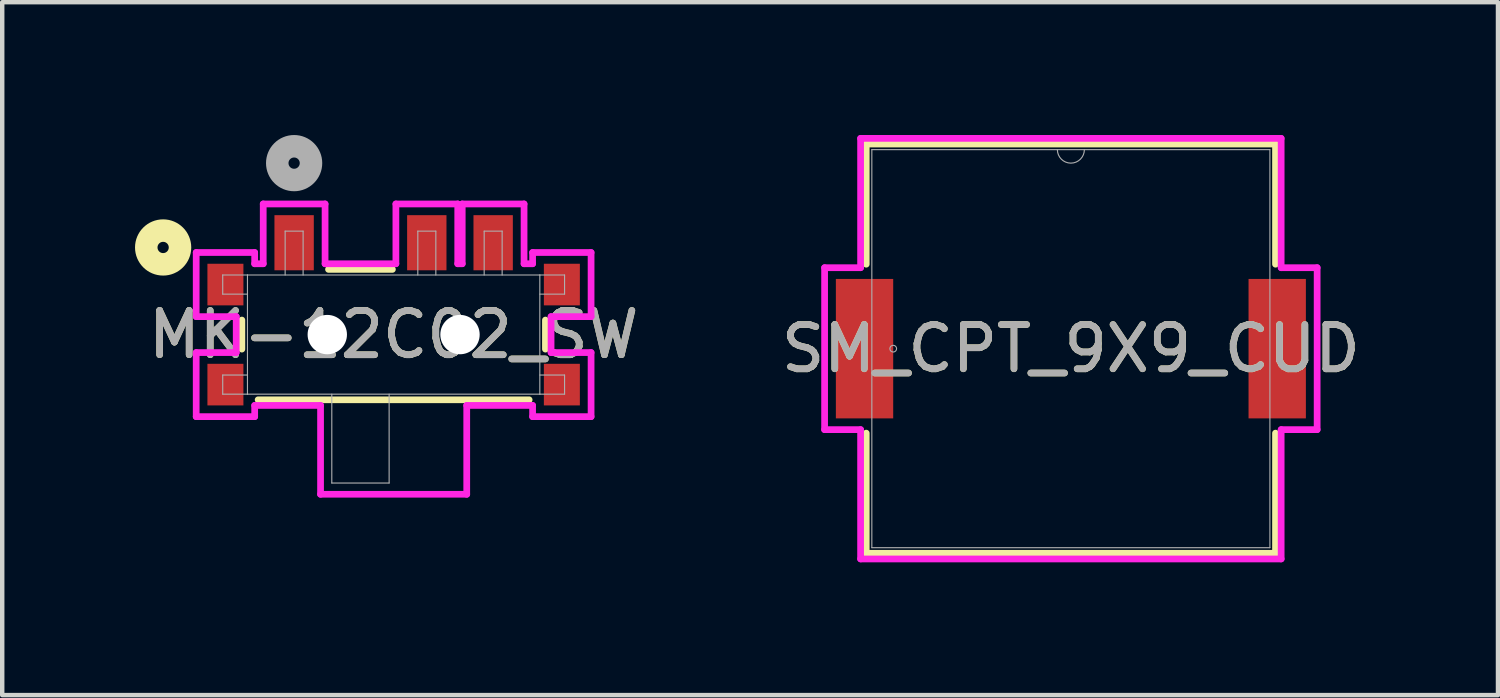
<source format=kicad_pcb>
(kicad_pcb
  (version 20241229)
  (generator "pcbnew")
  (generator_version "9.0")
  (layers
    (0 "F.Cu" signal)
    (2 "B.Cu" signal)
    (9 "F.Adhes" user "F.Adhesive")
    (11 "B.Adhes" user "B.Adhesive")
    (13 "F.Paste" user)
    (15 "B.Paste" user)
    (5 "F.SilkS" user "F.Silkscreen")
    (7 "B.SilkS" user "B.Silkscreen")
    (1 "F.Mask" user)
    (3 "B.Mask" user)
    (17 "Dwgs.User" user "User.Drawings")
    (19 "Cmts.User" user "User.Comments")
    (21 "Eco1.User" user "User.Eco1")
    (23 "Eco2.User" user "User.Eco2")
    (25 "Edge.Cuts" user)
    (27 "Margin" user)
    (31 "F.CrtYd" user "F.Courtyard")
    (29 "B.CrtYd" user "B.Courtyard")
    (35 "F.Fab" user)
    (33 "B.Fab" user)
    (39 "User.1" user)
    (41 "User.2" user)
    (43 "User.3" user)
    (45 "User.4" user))
  (footprint "SM_CPT_9X9_CUD"
    (layer "F.Cu")
    (at 21.14 4.826)
    (property "Reference" "SM_CPT_9X9_CUD" (at 0 0 0) (unlocked yes) (layer "F.SilkS") (effects (font (size 1 1) (thickness 0.15))))
    (attr smd)
    (fp_line (start -4.623 -4.623) (end -4.623 -1.908) (stroke (width 0.152) (type solid)) (layer "F.SilkS"))
    (fp_line (start -4.623 1.908) (end -4.623 4.623) (stroke (width 0.152) (type solid)) (layer "F.SilkS"))
    (fp_line (start -4.623 4.623) (end 4.623 4.623) (stroke (width 0.152) (type solid)) (layer "F.SilkS"))
    (fp_line (start 4.623 -4.623) (end -4.623 -4.623) (stroke (width 0.152) (type solid)) (layer "F.SilkS"))
    (fp_line (start 4.623 -1.908) (end 4.623 -4.623) (stroke (width 0.152) (type solid)) (layer "F.SilkS"))
    (fp_line (start 4.623 4.623) (end 4.623 1.908) (stroke (width 0.152) (type solid)) (layer "F.SilkS"))
    (fp_line (start -5.563 -1.829) (end -4.75 -1.829) (stroke (width 0.152) (type solid)) (layer "F.CrtYd"))
    (fp_line (start -5.563 1.829) (end -5.563 -1.829) (stroke (width 0.152) (type solid)) (layer "F.CrtYd"))
    (fp_line (start -5.563 1.829) (end -4.75 1.829) (stroke (width 0.152) (type solid)) (layer "F.CrtYd"))
    (fp_line (start -4.75 -4.75) (end 4.75 -4.75) (stroke (width 0.152) (type solid)) (layer "F.CrtYd"))
    (fp_line (start -4.75 -1.829) (end -4.75 -4.75) (stroke (width 0.152) (type solid)) (layer "F.CrtYd"))
    (fp_line (start -4.75 4.75) (end -4.75 1.829) (stroke (width 0.152) (type solid)) (layer "F.CrtYd"))
    (fp_line (start 4.75 -4.75) (end 4.75 -1.829) (stroke (width 0.152) (type solid)) (layer "F.CrtYd"))
    (fp_line (start 4.75 1.829) (end 4.75 4.75) (stroke (width 0.152) (type solid)) (layer "F.CrtYd"))
    (fp_line (start 4.75 4.75) (end -4.75 4.75) (stroke (width 0.152) (type solid)) (layer "F.CrtYd"))
    (fp_line (start 5.563 -1.829) (end 4.75 -1.829) (stroke (width 0.152) (type solid)) (layer "F.CrtYd"))
    (fp_line (start 5.563 -1.829) (end 5.563 1.829) (stroke (width 0.152) (type solid)) (layer "F.CrtYd"))
    (fp_line (start 5.563 1.829) (end 4.75 1.829) (stroke (width 0.152) (type solid)) (layer "F.CrtYd"))
    (fp_line (start -4.496 -4.496) (end -4.496 4.496) (stroke (width 0.025) (type solid)) (layer "F.Fab"))
    (fp_line (start -4.496 4.496) (end 4.496 4.496) (stroke (width 0.025) (type solid)) (layer "F.Fab"))
    (fp_line (start 4.496 -4.496) (end -4.496 -4.496) (stroke (width 0.025) (type solid)) (layer "F.Fab"))
    (fp_line (start 4.496 4.496) (end 4.496 -4.496) (stroke (width 0.025) (type solid)) (layer "F.Fab"))
    (fp_arc (start 0.3048 -4.4958) (mid 0 -4.191) (end -0.3048 -4.4958) (stroke (width 0.0254) (type solid)) (layer "F.Fab"))
    (fp_circle (center -4.013 0) (end -3.937 0) (stroke (width 0.025) (type solid)) (fill no) (layer "F.Fab"))
    (fp_text user "${REFERENCE}" (at 0 0 0) (unlocked yes) (layer "F.Fab") (effects (font (size 1 1) (thickness 0.15))))
    (pad "1" smd rect (at -4.661 0) (size 1.295 3.15) (layers "F.Cu" "F.Mask" "F.Paste"))
    (pad "2" smd rect (at 4.661 0) (size 1.295 3.15) (layers "F.Cu" "F.Mask" "F.Paste")))
  (footprint "MK-12C02_SW"
    (layer "F.Cu")
    (at 5.842 4.508)
    (property "Reference" "MK-12C02_SW" (at 0 0 0) (unlocked yes) (layer "F.SilkS") (effects (font (size 1 1) (thickness 0.15))))
    (attr smd)
    (fp_line (start -3.429 -0.328) (end -3.429 0.328) (stroke (width 0.152) (type solid)) (layer "F.SilkS"))
    (fp_line (start -3.061 1.473) (end 3.061 1.473) (stroke (width 0.152) (type solid)) (layer "F.SilkS"))
    (fp_line (start -0.028 -1.473) (end -1.471 -1.473) (stroke (width 0.152) (type solid)) (layer "F.SilkS"))
    (fp_line (start 3.429 0.328) (end 3.429 -0.328) (stroke (width 0.152) (type solid)) (layer "F.SilkS"))
    (fp_circle (center -5.207 -1.968) (end -4.826 -1.968) (stroke (width 0.508) (type solid)) (fill no) (layer "F.SilkS"))
    (fp_line (start -4.46 -1.854) (end -4.46 -0.406) (stroke (width 0.152) (type solid)) (layer "F.CrtYd"))
    (fp_line (start -4.46 -0.406) (end -3.556 -0.406) (stroke (width 0.152) (type solid)) (layer "F.CrtYd"))
    (fp_line (start -4.46 0.406) (end -4.46 1.854) (stroke (width 0.152) (type solid)) (layer "F.CrtYd"))
    (fp_line (start -4.46 1.854) (end -3.139 1.854) (stroke (width 0.152) (type solid)) (layer "F.CrtYd"))
    (fp_line (start -3.556 -0.406) (end -3.556 0.406) (stroke (width 0.152) (type solid)) (layer "F.CrtYd"))
    (fp_line (start -3.556 0.406) (end -4.46 0.406) (stroke (width 0.152) (type solid)) (layer "F.CrtYd"))
    (fp_line (start -3.139 -1.854) (end -4.46 -1.854) (stroke (width 0.152) (type solid)) (layer "F.CrtYd"))
    (fp_line (start -3.139 -1.6) (end -3.139 -1.854) (stroke (width 0.152) (type solid)) (layer "F.CrtYd"))
    (fp_line (start -3.139 1.6) (end -1.651 1.6) (stroke (width 0.152) (type solid)) (layer "F.CrtYd"))
    (fp_line (start -3.139 1.854) (end -3.139 1.6) (stroke (width 0.152) (type solid)) (layer "F.CrtYd"))
    (fp_line (start -2.946 -2.951) (end -2.946 -1.6) (stroke (width 0.152) (type solid)) (layer "F.CrtYd"))
    (fp_line (start -2.946 -1.6) (end -3.139 -1.6) (stroke (width 0.152) (type solid)) (layer "F.CrtYd"))
    (fp_line (start -1.651 1.6) (end -1.651 3.607) (stroke (width 0.152) (type solid)) (layer "F.CrtYd"))
    (fp_line (start -1.651 3.607) (end 1.651 3.607) (stroke (width 0.152) (type solid)) (layer "F.CrtYd"))
    (fp_line (start -1.549 -2.951) (end -2.946 -2.951) (stroke (width 0.152) (type solid)) (layer "F.CrtYd"))
    (fp_line (start -1.549 -1.6) (end -1.549 -2.951) (stroke (width 0.152) (type solid)) (layer "F.CrtYd"))
    (fp_line (start 0.051 -2.951) (end 0.051 -1.6) (stroke (width 0.152) (type solid)) (layer "F.CrtYd"))
    (fp_line (start 0.051 -1.6) (end -1.549 -1.6) (stroke (width 0.152) (type solid)) (layer "F.CrtYd"))
    (fp_line (start 1.448 -2.951) (end 0.051 -2.951) (stroke (width 0.152) (type solid)) (layer "F.CrtYd"))
    (fp_line (start 1.448 -1.6) (end 1.448 -2.951) (stroke (width 0.152) (type solid)) (layer "F.CrtYd"))
    (fp_line (start 1.549 -2.951) (end 1.549 -1.6) (stroke (width 0.152) (type solid)) (layer "F.CrtYd"))
    (fp_line (start 1.549 -1.6) (end 1.448 -1.6) (stroke (width 0.152) (type solid)) (layer "F.CrtYd"))
    (fp_line (start 1.651 1.6) (end 3.139 1.6) (stroke (width 0.152) (type solid)) (layer "F.CrtYd"))
    (fp_line (start 1.651 3.607) (end 1.651 1.6) (stroke (width 0.152) (type solid)) (layer "F.CrtYd"))
    (fp_line (start 2.946 -2.951) (end 1.549 -2.951) (stroke (width 0.152) (type solid)) (layer "F.CrtYd"))
    (fp_line (start 2.946 -1.6) (end 2.946 -2.951) (stroke (width 0.152) (type solid)) (layer "F.CrtYd"))
    (fp_line (start 3.139 -1.854) (end 3.139 -1.6) (stroke (width 0.152) (type solid)) (layer "F.CrtYd"))
    (fp_line (start 3.139 -1.6) (end 2.946 -1.6) (stroke (width 0.152) (type solid)) (layer "F.CrtYd"))
    (fp_line (start 3.139 1.6) (end 3.139 1.854) (stroke (width 0.152) (type solid)) (layer "F.CrtYd"))
    (fp_line (start 3.139 1.854) (end 4.46 1.854) (stroke (width 0.152) (type solid)) (layer "F.CrtYd"))
    (fp_line (start 3.556 -0.406) (end 4.46 -0.406) (stroke (width 0.152) (type solid)) (layer "F.CrtYd"))
    (fp_line (start 3.556 0.406) (end 3.556 -0.406) (stroke (width 0.152) (type solid)) (layer "F.CrtYd"))
    (fp_line (start 4.46 -1.854) (end 3.139 -1.854) (stroke (width 0.152) (type solid)) (layer "F.CrtYd"))
    (fp_line (start 4.46 -0.406) (end 4.46 -1.854) (stroke (width 0.152) (type solid)) (layer "F.CrtYd"))
    (fp_line (start 4.46 0.406) (end 3.556 0.406) (stroke (width 0.152) (type solid)) (layer "F.CrtYd"))
    (fp_line (start 4.46 1.854) (end 4.46 0.406) (stroke (width 0.152) (type solid)) (layer "F.CrtYd"))
    (fp_line (start -3.861 -1.346) (end -3.861 -0.914) (stroke (width 0.025) (type solid)) (layer "F.Fab"))
    (fp_line (start -3.861 0.914) (end -3.302 0.914) (stroke (width 0.025) (type solid)) (layer "F.Fab"))
    (fp_line (start -3.861 1.346) (end -3.861 0.914) (stroke (width 0.025) (type solid)) (layer "F.Fab"))
    (fp_line (start -3.302 -1.346) (end -3.861 -1.346) (stroke (width 0.025) (type solid)) (layer "F.Fab"))
    (fp_line (start -3.302 -1.346) (end -3.302 1.346) (stroke (width 0.025) (type solid)) (layer "F.Fab"))
    (fp_line (start -3.302 -0.914) (end -3.861 -0.914) (stroke (width 0.025) (type solid)) (layer "F.Fab"))
    (fp_line (start -3.302 1.346) (end -3.861 1.346) (stroke (width 0.025) (type solid)) (layer "F.Fab"))
    (fp_line (start -3.302 1.346) (end 3.302 1.346) (stroke (width 0.025) (type solid)) (layer "F.Fab"))
    (fp_line (start -2.451 -2.337) (end -2.045 -2.337) (stroke (width 0.025) (type solid)) (layer "F.Fab"))
    (fp_line (start -2.451 -1.346) (end -2.451 -2.337) (stroke (width 0.025) (type solid)) (layer "F.Fab"))
    (fp_line (start -2.045 -2.337) (end -2.045 -1.346) (stroke (width 0.025) (type solid)) (layer "F.Fab"))
    (fp_line (start -1.397 1.346) (end -1.397 3.353) (stroke (width 0.025) (type solid)) (layer "F.Fab"))
    (fp_line (start -1.397 3.353) (end -0.102 3.353) (stroke (width 0.025) (type solid)) (layer "F.Fab"))
    (fp_line (start -0.102 3.353) (end -0.102 1.346) (stroke (width 0.025) (type solid)) (layer "F.Fab"))
    (fp_line (start 0.546 -2.337) (end 0.953 -2.337) (stroke (width 0.025) (type solid)) (layer "F.Fab"))
    (fp_line (start 0.546 -1.346) (end 0.546 -2.337) (stroke (width 0.025) (type solid)) (layer "F.Fab"))
    (fp_line (start 0.953 -2.337) (end 0.953 -1.346) (stroke (width 0.025) (type solid)) (layer "F.Fab"))
    (fp_line (start 2.045 -2.337) (end 2.451 -2.337) (stroke (width 0.025) (type solid)) (layer "F.Fab"))
    (fp_line (start 2.045 -1.346) (end 2.045 -2.337) (stroke (width 0.025) (type solid)) (layer "F.Fab"))
    (fp_line (start 2.451 -2.337) (end 2.451 -1.346) (stroke (width 0.025) (type solid)) (layer "F.Fab"))
    (fp_line (start 3.302 -1.346) (end -3.302 -1.346) (stroke (width 0.025) (type solid)) (layer "F.Fab"))
    (fp_line (start 3.302 -0.914) (end 3.861 -0.914) (stroke (width 0.025) (type solid)) (layer "F.Fab"))
    (fp_line (start 3.302 1.346) (end 3.302 -1.346) (stroke (width 0.025) (type solid)) (layer "F.Fab"))
    (fp_line (start 3.302 1.346) (end 3.861 1.346) (stroke (width 0.025) (type solid)) (layer "F.Fab"))
    (fp_line (start 3.861 -1.346) (end 3.302 -1.346) (stroke (width 0.025) (type solid)) (layer "F.Fab"))
    (fp_line (start 3.861 -0.914) (end 3.861 -1.346) (stroke (width 0.025) (type solid)) (layer "F.Fab"))
    (fp_line (start 3.861 0.914) (end 3.302 0.914) (stroke (width 0.025) (type solid)) (layer "F.Fab"))
    (fp_line (start 3.861 1.346) (end 3.861 0.914) (stroke (width 0.025) (type solid)) (layer "F.Fab"))
    (fp_circle (center -2.248 -3.873) (end -1.867 -3.873) (stroke (width 0.508) (type solid)) (fill no) (layer "F.Fab"))
    (fp_text user "${REFERENCE}" (at 0 0 0) (unlocked yes) (layer "F.Fab") (effects (font (size 1 1) (thickness 0.15))))
    (pad "" np_thru_hole circle (at -1.499 0) (size 0.889 0.889) (drill 0.889) (layers "*.Cu" "*.Mask"))
    (pad "" np_thru_hole circle (at 1.499 0) (size 0.889 0.889) (drill 0.889) (layers "*.Cu" "*.Mask"))
    (pad "1" smd rect (at -2.248 -2.075) (size 0.889 1.245) (layers "F.Cu" "F.Mask" "F.Paste"))
    (pad "2" smd rect (at 0.749 -2.075) (size 0.889 1.245) (layers "F.Cu" "F.Mask" "F.Paste"))
    (pad "3" smd rect (at 2.248 -2.075) (size 0.889 1.245) (layers "F.Cu" "F.Mask" "F.Paste"))
    (pad "6" smd rect (at -3.8 -1.13) (size 0.813 0.94) (layers "F.Cu" "F.Mask" "F.Paste"))
    (pad "7" smd rect (at 3.8 -1.13) (size 0.813 0.94) (layers "F.Cu" "F.Mask" "F.Paste"))
    (pad "8" smd rect (at -3.8 1.13) (size 0.813 0.94) (layers "F.Cu" "F.Mask" "F.Paste"))
    (pad "9" smd rect (at 3.8 1.13) (size 0.813 0.94) (layers "F.Cu" "F.Mask" "F.Paste")))
  (gr_rect
    (start -3 -3)
    (end 30.788 12.652)
    (stroke (width 0.1) (type default))
    (fill no)
    (layer "Edge.Cuts")))
</source>
